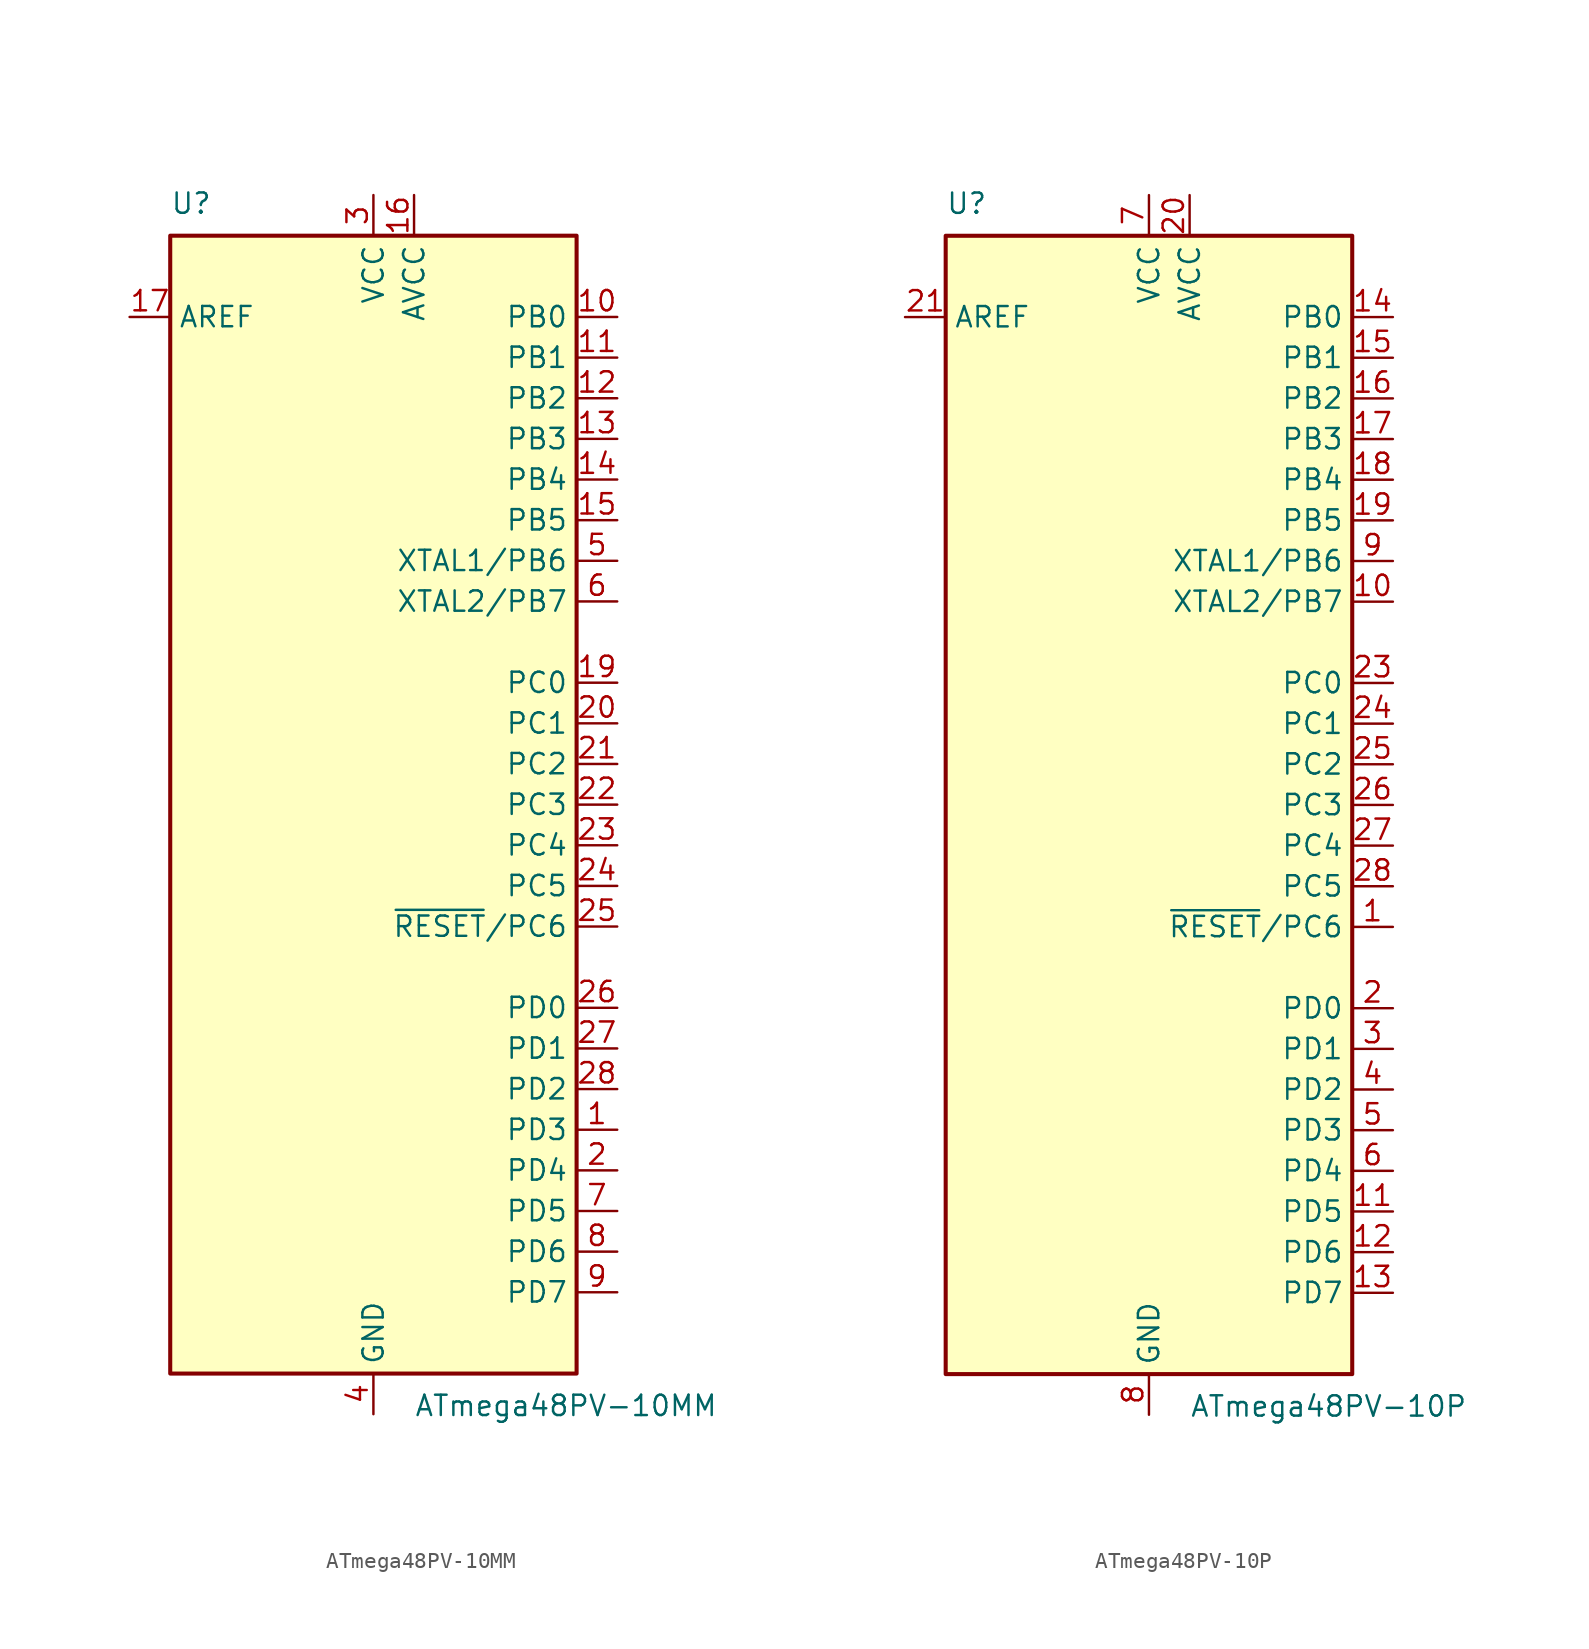
<source format=kicad_sym>
(kicad_symbol_lib
  (version 20231120)
  (generator "kicad_symbol_editor")
  (generator_version "8.0")
  (symbol "ATmega48PV-10MM"
    (property "Reference" "U"
      (at -12.7 36.83 0)
      (effects (font (size 1.27 1.27)) (justify left bottom)))
    (property "Value" "ATmega48PV-10MM"
      (at 2.54 -36.83 0)
      (effects (font (size 1.27 1.27)) (justify left top)))
    (symbol "ATmega48PV-10MM_0_1"
      (rectangle (start -12.7 -35.56) (end 12.7 35.56) (stroke (width 0.254) (type default)) (fill (type background))))
    (symbol "ATmega48PV-10MM_1_1"
      (pin bidirectional line (at 15.24 -20.32 180) (length 2.54) (name "PD3" (effects (font (size 1.27 1.27)))) (number "1" (effects (font (size 1.27 1.27)))) (alternate "INT1" bidirectional line) (alternate "OC2B" output line) (alternate "OC2B/INT1/PD3" bidirectional line))
      (pin bidirectional line (at 15.24 30.48 180) (length 2.54) (name "PB0" (effects (font (size 1.27 1.27)))) (number "10" (effects (font (size 1.27 1.27)))) (alternate "CLKO" output line) (alternate "CLKO/ICP1/PB0" bidirectional line) (alternate "ICP1" input line))
      (pin bidirectional line (at 15.24 27.94 180) (length 2.54) (name "PB1" (effects (font (size 1.27 1.27)))) (number "11" (effects (font (size 1.27 1.27)))) (alternate "OC1A" output line) (alternate "OC1A/PB1" bidirectional line))
      (pin bidirectional line (at 15.24 25.4 180) (length 2.54) (name "PB2" (effects (font (size 1.27 1.27)))) (number "12" (effects (font (size 1.27 1.27)))) (alternate "OC1B" output line) (alternate "OC1B/~{SS}/PB2" bidirectional line) (alternate "~{SS}" bidirectional line))
      (pin bidirectional line (at 15.24 22.86 180) (length 2.54) (name "PB3" (effects (font (size 1.27 1.27)))) (number "13" (effects (font (size 1.27 1.27)))) (alternate "MOSI" bidirectional line) (alternate "OC2A" output line) (alternate "OC2A/MOSI/PB3" bidirectional line))
      (pin bidirectional line (at 15.24 20.32 180) (length 2.54) (name "PB4" (effects (font (size 1.27 1.27)))) (number "14" (effects (font (size 1.27 1.27)))) (alternate "MISO" bidirectional line) (alternate "MISO/PB4" bidirectional line))
      (pin bidirectional line (at 15.24 17.78 180) (length 2.54) (name "PB5" (effects (font (size 1.27 1.27)))) (number "15" (effects (font (size 1.27 1.27)))) (alternate "SCK" bidirectional line) (alternate "SCK/PB5" bidirectional line))
      (pin power_in line (at 2.54 38.1 270) (length 2.54) (name "AVCC" (effects (font (size 1.27 1.27)))) (number "16" (effects (font (size 1.27 1.27)))))
      (pin passive line (at -15.24 30.48 0) (length 2.54) (name "AREF" (effects (font (size 1.27 1.27)))) (number "17" (effects (font (size 1.27 1.27)))))
      (pin passive line (at 0 -38.1 90) (length 2.54) hide (name "GND" (effects (font (size 1.27 1.27)))) (number "18" (effects (font (size 1.27 1.27)))))
      (pin bidirectional line (at 15.24 7.62 180) (length 2.54) (name "PC0" (effects (font (size 1.27 1.27)))) (number "19" (effects (font (size 1.27 1.27)))) (alternate "ADC0" input line) (alternate "ADC0/PC0" bidirectional line))
      (pin bidirectional line (at 15.24 -22.86 180) (length 2.54) (name "PD4" (effects (font (size 1.27 1.27)))) (number "2" (effects (font (size 1.27 1.27)))) (alternate "T0" input line) (alternate "XCK" bidirectional line) (alternate "XCK/T0/PD4" bidirectional line))
      (pin bidirectional line (at 15.24 5.08 180) (length 2.54) (name "PC1" (effects (font (size 1.27 1.27)))) (number "20" (effects (font (size 1.27 1.27)))) (alternate "ADC1" input line) (alternate "ADC1/PC1" bidirectional line))
      (pin bidirectional line (at 15.24 2.54 180) (length 2.54) (name "PC2" (effects (font (size 1.27 1.27)))) (number "21" (effects (font (size 1.27 1.27)))) (alternate "ADC2" input line) (alternate "ADC2/PC2" bidirectional line))
      (pin bidirectional line (at 15.24 0 180) (length 2.54) (name "PC3" (effects (font (size 1.27 1.27)))) (number "22" (effects (font (size 1.27 1.27)))) (alternate "ADC3" input line) (alternate "ADC3/PC3" bidirectional line))
      (pin bidirectional line (at 15.24 -2.54 180) (length 2.54) (name "PC4" (effects (font (size 1.27 1.27)))) (number "23" (effects (font (size 1.27 1.27)))) (alternate "ADC4" input line) (alternate "ADC4/SDA/PC4" bidirectional line) (alternate "SDA" bidirectional line))
      (pin bidirectional line (at 15.24 -5.08 180) (length 2.54) (name "PC5" (effects (font (size 1.27 1.27)))) (number "24" (effects (font (size 1.27 1.27)))) (alternate "ADC5" input line) (alternate "ADC5/SCL/PC5" bidirectional line) (alternate "SCL" bidirectional line))
      (pin bidirectional line (at 15.24 -7.62 180) (length 2.54) (name "~{RESET}/PC6" (effects (font (size 1.27 1.27)))) (number "25" (effects (font (size 1.27 1.27)))) (alternate "PC6" bidirectional line) (alternate "~{RESET}" input line))
      (pin bidirectional line (at 15.24 -12.7 180) (length 2.54) (name "PD0" (effects (font (size 1.27 1.27)))) (number "26" (effects (font (size 1.27 1.27)))) (alternate "RXD" input line) (alternate "RXD/PD0" bidirectional line))
      (pin bidirectional line (at 15.24 -15.24 180) (length 2.54) (name "PD1" (effects (font (size 1.27 1.27)))) (number "27" (effects (font (size 1.27 1.27)))) (alternate "TXD" output line) (alternate "TXD/PD1" bidirectional line))
      (pin bidirectional line (at 15.24 -17.78 180) (length 2.54) (name "PD2" (effects (font (size 1.27 1.27)))) (number "28" (effects (font (size 1.27 1.27)))) (alternate "INT0" bidirectional line) (alternate "INT0/PD2" bidirectional line))
      (pin passive line (at 0 -38.1 90) (length 2.54) hide (name "GND" (effects (font (size 1.27 1.27)))) (number "29" (effects (font (size 1.27 1.27)))))
      (pin power_in line (at 0 38.1 270) (length 2.54) (name "VCC" (effects (font (size 1.27 1.27)))) (number "3" (effects (font (size 1.27 1.27)))))
      (pin power_in line (at 0 -38.1 90) (length 2.54) (name "GND" (effects (font (size 1.27 1.27)))) (number "4" (effects (font (size 1.27 1.27)))))
      (pin bidirectional line (at 15.24 15.24 180) (length 2.54) (name "XTAL1/PB6" (effects (font (size 1.27 1.27)))) (number "5" (effects (font (size 1.27 1.27)))) (alternate "PB6" bidirectional line) (alternate "TOSC1" input line) (alternate "XTAL1" passive line) (alternate "XTAL1/TOSC1/PB6" bidirectional line))
      (pin bidirectional line (at 15.24 12.7 180) (length 2.54) (name "XTAL2/PB7" (effects (font (size 1.27 1.27)))) (number "6" (effects (font (size 1.27 1.27)))) (alternate "PB7" bidirectional line) (alternate "TOSC2" input line) (alternate "XTAL2" passive line) (alternate "XTAL2/TOSC2/PB7" bidirectional line))
      (pin bidirectional line (at 15.24 -25.4 180) (length 2.54) (name "PD5" (effects (font (size 1.27 1.27)))) (number "7" (effects (font (size 1.27 1.27)))) (alternate "OC0B" output line) (alternate "OC0B/T1/PD5" bidirectional line) (alternate "T1" input line))
      (pin bidirectional line (at 15.24 -27.94 180) (length 2.54) (name "PD6" (effects (font (size 1.27 1.27)))) (number "8" (effects (font (size 1.27 1.27)))) (alternate "AIN0" input line) (alternate "OC0A" output line) (alternate "OC0A/AIN0/PD6" bidirectional line))
      (pin bidirectional line (at 15.24 -30.48 180) (length 2.54) (name "PD7" (effects (font (size 1.27 1.27)))) (number "9" (effects (font (size 1.27 1.27)))) (alternate "AIN1" input line) (alternate "AIN1/PD7" bidirectional line))))
  (symbol "ATmega48PV-10P"
    (property "Reference" "U"
      (at -12.7 36.83 0)
      (effects (font (size 1.27 1.27)) (justify left bottom)))
    (property "Value" "ATmega48PV-10P"
      (at 2.54 -36.83 0)
      (effects (font (size 1.27 1.27)) (justify left top)))
    (symbol "ATmega48PV-10P_0_1"
      (rectangle (start -12.7 -35.56) (end 12.7 35.56) (stroke (width 0.254) (type default)) (fill (type background))))
    (symbol "ATmega48PV-10P_1_1"
      (pin bidirectional line (at 15.24 -7.62 180) (length 2.54) (name "~{RESET}/PC6" (effects (font (size 1.27 1.27)))) (number "1" (effects (font (size 1.27 1.27)))) (alternate "PC6" bidirectional line) (alternate "~{RESET}" input line))
      (pin bidirectional line (at 15.24 12.7 180) (length 2.54) (name "XTAL2/PB7" (effects (font (size 1.27 1.27)))) (number "10" (effects (font (size 1.27 1.27)))) (alternate "PB7" bidirectional line) (alternate "TOSC2" input line) (alternate "XTAL2" passive line) (alternate "XTAL2/TOSC2/PB7" bidirectional line))
      (pin bidirectional line (at 15.24 -25.4 180) (length 2.54) (name "PD5" (effects (font (size 1.27 1.27)))) (number "11" (effects (font (size 1.27 1.27)))) (alternate "OC0B" output line) (alternate "OC0B/T1/PD5" bidirectional line) (alternate "T1" input line))
      (pin bidirectional line (at 15.24 -27.94 180) (length 2.54) (name "PD6" (effects (font (size 1.27 1.27)))) (number "12" (effects (font (size 1.27 1.27)))) (alternate "AIN0" input line) (alternate "OC0A" output line) (alternate "OC0A/AIN0/PD6" bidirectional line))
      (pin bidirectional line (at 15.24 -30.48 180) (length 2.54) (name "PD7" (effects (font (size 1.27 1.27)))) (number "13" (effects (font (size 1.27 1.27)))) (alternate "AIN1" input line) (alternate "AIN1/PD7" bidirectional line))
      (pin bidirectional line (at 15.24 30.48 180) (length 2.54) (name "PB0" (effects (font (size 1.27 1.27)))) (number "14" (effects (font (size 1.27 1.27)))) (alternate "CLKO" output line) (alternate "CLKO/ICP1/PB0" bidirectional line) (alternate "ICP1" input line))
      (pin bidirectional line (at 15.24 27.94 180) (length 2.54) (name "PB1" (effects (font (size 1.27 1.27)))) (number "15" (effects (font (size 1.27 1.27)))) (alternate "OC1A" output line) (alternate "OC1A/PB1" bidirectional line))
      (pin bidirectional line (at 15.24 25.4 180) (length 2.54) (name "PB2" (effects (font (size 1.27 1.27)))) (number "16" (effects (font (size 1.27 1.27)))) (alternate "OC1B" output line) (alternate "OC1B/~{SS}/PB2" bidirectional line) (alternate "~{SS}" bidirectional line))
      (pin bidirectional line (at 15.24 22.86 180) (length 2.54) (name "PB3" (effects (font (size 1.27 1.27)))) (number "17" (effects (font (size 1.27 1.27)))) (alternate "MOSI" bidirectional line) (alternate "OC2A" output line) (alternate "OC2A/MOSI/PB3" bidirectional line))
      (pin bidirectional line (at 15.24 20.32 180) (length 2.54) (name "PB4" (effects (font (size 1.27 1.27)))) (number "18" (effects (font (size 1.27 1.27)))) (alternate "MISO" bidirectional line) (alternate "MISO/PB4" bidirectional line))
      (pin bidirectional line (at 15.24 17.78 180) (length 2.54) (name "PB5" (effects (font (size 1.27 1.27)))) (number "19" (effects (font (size 1.27 1.27)))) (alternate "SCK" bidirectional line) (alternate "SCK/PB5" bidirectional line))
      (pin bidirectional line (at 15.24 -12.7 180) (length 2.54) (name "PD0" (effects (font (size 1.27 1.27)))) (number "2" (effects (font (size 1.27 1.27)))) (alternate "RXD" input line) (alternate "RXD/PD0" bidirectional line))
      (pin power_in line (at 2.54 38.1 270) (length 2.54) (name "AVCC" (effects (font (size 1.27 1.27)))) (number "20" (effects (font (size 1.27 1.27)))))
      (pin passive line (at -15.24 30.48 0) (length 2.54) (name "AREF" (effects (font (size 1.27 1.27)))) (number "21" (effects (font (size 1.27 1.27)))))
      (pin passive line (at 0 -38.1 90) (length 2.54) hide (name "GND" (effects (font (size 1.27 1.27)))) (number "22" (effects (font (size 1.27 1.27)))))
      (pin bidirectional line (at 15.24 7.62 180) (length 2.54) (name "PC0" (effects (font (size 1.27 1.27)))) (number "23" (effects (font (size 1.27 1.27)))) (alternate "ADC0" input line) (alternate "ADC0/PC0" bidirectional line))
      (pin bidirectional line (at 15.24 5.08 180) (length 2.54) (name "PC1" (effects (font (size 1.27 1.27)))) (number "24" (effects (font (size 1.27 1.27)))) (alternate "ADC1" input line) (alternate "ADC1/PC1" bidirectional line))
      (pin bidirectional line (at 15.24 2.54 180) (length 2.54) (name "PC2" (effects (font (size 1.27 1.27)))) (number "25" (effects (font (size 1.27 1.27)))) (alternate "ADC2" input line) (alternate "ADC2/PC2" bidirectional line))
      (pin bidirectional line (at 15.24 0 180) (length 2.54) (name "PC3" (effects (font (size 1.27 1.27)))) (number "26" (effects (font (size 1.27 1.27)))) (alternate "ADC3" input line) (alternate "ADC3/PC3" bidirectional line))
      (pin bidirectional line (at 15.24 -2.54 180) (length 2.54) (name "PC4" (effects (font (size 1.27 1.27)))) (number "27" (effects (font (size 1.27 1.27)))) (alternate "ADC4" input line) (alternate "ADC4/SDA/PC4" bidirectional line) (alternate "SDA" bidirectional line))
      (pin bidirectional line (at 15.24 -5.08 180) (length 2.54) (name "PC5" (effects (font (size 1.27 1.27)))) (number "28" (effects (font (size 1.27 1.27)))) (alternate "ADC5" input line) (alternate "ADC5/SCL/PC5" bidirectional line) (alternate "SCL" bidirectional line))
      (pin bidirectional line (at 15.24 -15.24 180) (length 2.54) (name "PD1" (effects (font (size 1.27 1.27)))) (number "3" (effects (font (size 1.27 1.27)))) (alternate "TXD" output line) (alternate "TXD/PD1" bidirectional line))
      (pin bidirectional line (at 15.24 -17.78 180) (length 2.54) (name "PD2" (effects (font (size 1.27 1.27)))) (number "4" (effects (font (size 1.27 1.27)))) (alternate "INT0" bidirectional line) (alternate "INT0/PD2" bidirectional line))
      (pin bidirectional line (at 15.24 -20.32 180) (length 2.54) (name "PD3" (effects (font (size 1.27 1.27)))) (number "5" (effects (font (size 1.27 1.27)))) (alternate "INT1" bidirectional line) (alternate "OC2B" output line) (alternate "OC2B/INT1/PD3" bidirectional line))
      (pin bidirectional line (at 15.24 -22.86 180) (length 2.54) (name "PD4" (effects (font (size 1.27 1.27)))) (number "6" (effects (font (size 1.27 1.27)))) (alternate "T0" input line) (alternate "XCK" bidirectional line) (alternate "XCK/T0/PD4" bidirectional line))
      (pin power_in line (at 0 38.1 270) (length 2.54) (name "VCC" (effects (font (size 1.27 1.27)))) (number "7" (effects (font (size 1.27 1.27)))))
      (pin power_in line (at 0 -38.1 90) (length 2.54) (name "GND" (effects (font (size 1.27 1.27)))) (number "8" (effects (font (size 1.27 1.27)))))
      (pin bidirectional line (at 15.24 15.24 180) (length 2.54) (name "XTAL1/PB6" (effects (font (size 1.27 1.27)))) (number "9" (effects (font (size 1.27 1.27)))) (alternate "PB6" bidirectional line) (alternate "TOSC1" input line) (alternate "XTAL1" passive line) (alternate "XTAL1/TOSC1/PB6" bidirectional line)))))
</source>
